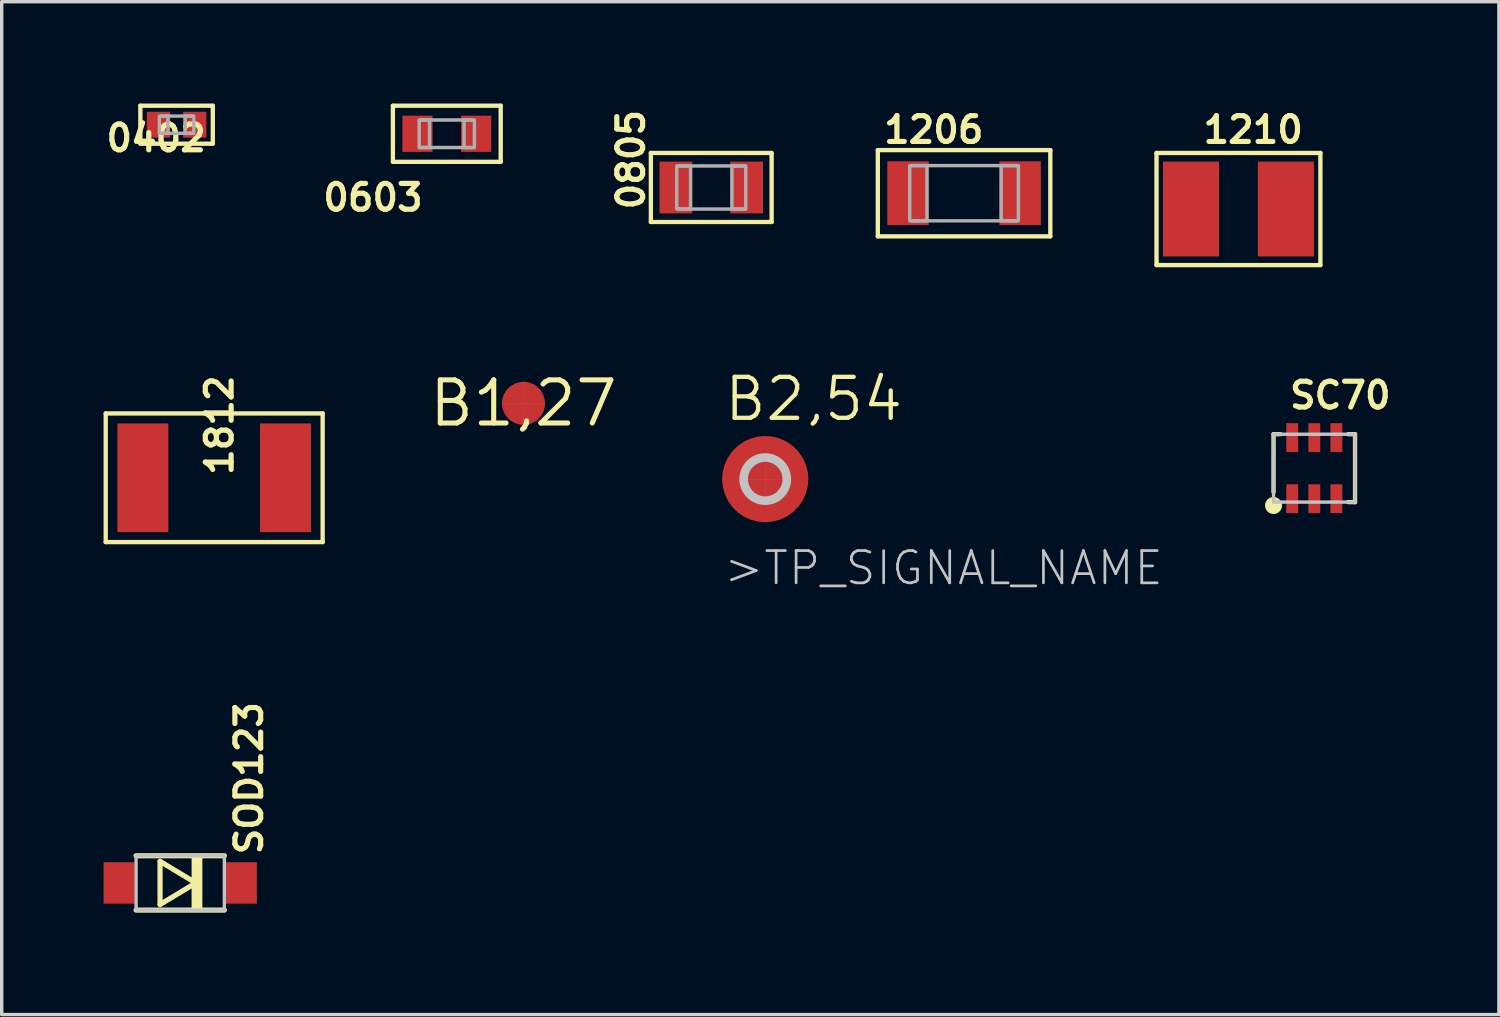
<source format=kicad_pcb>
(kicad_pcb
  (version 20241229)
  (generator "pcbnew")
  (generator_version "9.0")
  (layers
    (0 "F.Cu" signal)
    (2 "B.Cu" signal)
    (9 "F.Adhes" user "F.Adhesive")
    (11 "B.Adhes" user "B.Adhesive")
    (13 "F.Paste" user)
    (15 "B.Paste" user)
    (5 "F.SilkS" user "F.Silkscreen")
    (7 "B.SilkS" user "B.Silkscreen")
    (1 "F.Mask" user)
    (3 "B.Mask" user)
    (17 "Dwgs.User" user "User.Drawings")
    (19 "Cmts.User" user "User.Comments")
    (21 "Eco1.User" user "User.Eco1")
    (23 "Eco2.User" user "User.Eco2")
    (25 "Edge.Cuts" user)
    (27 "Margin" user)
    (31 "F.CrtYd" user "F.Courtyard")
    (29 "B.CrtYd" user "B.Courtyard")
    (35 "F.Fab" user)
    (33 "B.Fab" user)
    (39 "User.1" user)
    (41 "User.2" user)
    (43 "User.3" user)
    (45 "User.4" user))
  (footprint "0402"
    (layer "F.Cu")
    (at 2.15 0.622)
    (property "Reference" "0402" (at -2.15 0.84 0) (layer "F.SilkS") (effects (font (size 0.76 0.76) (thickness 0.152)) (justify left bottom)))
    (attr through_hole)
    (fp_line (start -1.067 -0.559) (end 1.067 -0.559) (stroke (width 0.127) (type solid)) (layer "F.SilkS"))
    (fp_line (start -1.067 0.559) (end -1.067 -0.559) (stroke (width 0.127) (type solid)) (layer "F.SilkS"))
    (fp_line (start 1.067 -0.559) (end 1.067 0.559) (stroke (width 0.127) (type solid)) (layer "F.SilkS"))
    (fp_line (start 1.067 0.559) (end -1.067 0.559) (stroke (width 0.127) (type solid)) (layer "F.SilkS"))
    (fp_line (start -0.457 -0.254) (end 0.457 -0.254) (stroke (width 0.102) (type solid)) (layer "F.Fab"))
    (fp_line (start 0.457 0.254) (end -0.457 0.254) (stroke (width 0.102) (type solid)) (layer "F.Fab"))
    (fp_poly (pts (xy -0.508 0.254) (xy -0.254 0.254) (xy -0.254 -0.254) (xy -0.508 -0.254)) (stroke (width 0.1) (type solid)) (fill no) (layer "F.Fab"))
    (fp_poly (pts (xy 0.254 0.254) (xy 0.508 0.254) (xy 0.508 -0.254) (xy 0.254 -0.254)) (stroke (width 0.1) (type solid)) (fill no) (layer "F.Fab"))
    (pad "1" smd rect (at -0.533 0) (size 0.686 0.762) (layers "F.Cu" "F.Mask" "F.Paste"))
    (pad "2" smd rect (at 0.533 0) (size 0.686 0.762) (layers "F.Cu" "F.Mask" "F.Paste")))
  (footprint "1812"
    (layer "F.Cu")
    (at 3.257 11.019)
    (property "Reference" "1812" (at 0.6 -0.00001 90) (layer "F.SilkS") (effects (font (size 0.76 0.76) (thickness 0.152)) (justify left bottom)))
    (attr through_hole)
    (fp_line (start -3.194 -1.894) (end 3.194 -1.894) (stroke (width 0.127) (type solid)) (layer "F.SilkS"))
    (fp_line (start -3.194 1.894) (end -3.194 -1.894) (stroke (width 0.127) (type solid)) (layer "F.SilkS"))
    (fp_line (start 3.194 -1.894) (end 3.194 1.894) (stroke (width 0.127) (type solid)) (layer "F.SilkS"))
    (fp_line (start 3.194 1.894) (end -3.194 1.894) (stroke (width 0.127) (type solid)) (layer "F.SilkS"))
    (pad "1" smd rect (at -2.1 0) (size 1.5 3.2) (layers "F.Cu" "F.Mask" "F.Paste"))
    (pad "2" smd rect (at 2.1 0) (size 1.5 3.2) (layers "F.Cu" "F.Mask" "F.Paste")))
  (footprint "B1,27"
    (layer "F.Cu")
    (at 12.365 8.826)
    (property "Reference" "B1,27" (at 0 0 0) (layer "F.SilkS") (effects (font (size 1.27 1.27) (thickness 0.15))))
    (attr through_hole)
    (fp_line (start -0.635 0) (end 0.635 0) (stroke (width 0.002) (type solid)) (layer "Dwgs.User"))
    (fp_line (start 0 -0.635) (end 0 0.635) (stroke (width 0.002) (type solid)) (layer "Dwgs.User"))
    (pad "TP" smd roundrect (at 0 0) (size 1.27 1.27) (layers "F.Cu" "F.Mask") (roundrect_rratio 0.5)))
  (footprint "SC70"
    (layer "F.Cu")
    (at 35.652 10.736)
    (property "Reference" "SC70" (at -0.8 -1.7 180) (layer "F.SilkS") (effects (font (size 0.76 0.76) (thickness 0.152)) (justify left bottom)))
    (attr through_hole)
    (fp_line (start -1.2 -1) (end -1.2 0.7) (stroke (width 0.127) (type solid)) (layer "F.SilkS"))
    (fp_line (start -1 -1) (end -1.2 -1) (stroke (width 0.127) (type solid)) (layer "F.SilkS"))
    (fp_line (start 1 -1) (end 1.2 -1) (stroke (width 0.127) (type solid)) (layer "F.SilkS"))
    (fp_line (start 1.2 -1) (end 1.2 1) (stroke (width 0.127) (type solid)) (layer "F.SilkS"))
    (fp_line (start 1.2 1) (end 1 1) (stroke (width 0.127) (type solid)) (layer "F.SilkS"))
    (fp_circle (center -1.2 1.1) (end -1.075 1.1) (stroke (width 0.25) (type solid)) (fill no) (layer "F.SilkS"))
    (fp_poly (pts (xy -1.2 1) (xy 1.2 1) (xy 1.2 -1) (xy -1.2 -1)) (stroke (width 0.1) (type solid)) (fill no) (layer "Dwgs.User"))
    (pad "1" smd rect (at -0.65 0.9 90) (size 0.85 0.35) (layers "F.Cu" "F.Mask" "F.Paste"))
    (pad "2" smd rect (at 0 0.9 90) (size 0.85 0.35) (layers "F.Cu" "F.Mask" "F.Paste"))
    (pad "3" smd rect (at 0.65 0.9 90) (size 0.85 0.35) (layers "F.Cu" "F.Mask" "F.Paste"))
    (pad "4" smd rect (at 0.65 -0.9 90) (size 0.85 0.35) (layers "F.Cu" "F.Mask" "F.Paste"))
    (pad "5" smd rect (at 0 -0.9 90) (size 0.85 0.35) (layers "F.Cu" "F.Mask" "F.Paste"))
    (pad "6" smd rect (at -0.65 -0.9 90) (size 0.85 0.35) (layers "F.Cu" "F.Mask" "F.Paste")))
  (footprint "SOD123"
    (layer "F.Cu")
    (at 2.257 22.95)
    (property "Reference" "SOD123" (at 2.47 -0.759 90) (layer "F.SilkS") (effects (font (size 0.76 0.76) (thickness 0.152)) (justify left bottom)))
    (attr through_hole)
    (fp_line (start -1.3 -0.8) (end 1.3 -0.8) (stroke (width 0.152) (type solid)) (layer "F.SilkS"))
    (fp_line (start -1.3 0.8) (end 1.3 0.8) (stroke (width 0.152) (type solid)) (layer "F.SilkS"))
    (fp_line (start -0.594 -0.635) (end -0.594 0.635) (stroke (width 0.152) (type solid)) (layer "F.SilkS"))
    (fp_line (start -0.594 0.635) (end 0.459 0) (stroke (width 0.152) (type solid)) (layer "F.SilkS"))
    (fp_line (start 0.459 0) (end -0.594 -0.635) (stroke (width 0.152) (type solid)) (layer "F.SilkS"))
    (fp_poly (pts (xy 0.335 0.8) (xy 0.652 0.8) (xy 0.652 -0.8) (xy 0.335 -0.8)) (stroke (width 0) (type solid)) (fill yes) (layer "F.SilkS"))
    (fp_poly (pts (xy -1.3 0.8) (xy 1.3 0.8) (xy 1.3 -0.8) (xy -1.3 -0.8)) (stroke (width 0.1) (type solid)) (fill no) (layer "Dwgs.User"))
    (pad "A" smd rect (at -1.8 0) (size 0.914 1.219) (layers "F.Cu" "F.Mask" "F.Paste"))
    (pad "C" smd rect (at 1.8 0) (size 0.914 1.219) (layers "F.Cu" "F.Mask" "F.Paste")))
  (footprint "1206"
    (layer "F.Cu")
    (at 25.339 2.64)
    (property "Reference" "1206" (at -2.44 -1.424 180) (layer "F.SilkS") (effects (font (size 0.76 0.76) (thickness 0.152)) (justify left bottom)))
    (attr through_hole)
    (fp_line (start -2.54 -1.27) (end 2.54 -1.27) (stroke (width 0.127) (type solid)) (layer "F.SilkS"))
    (fp_line (start -2.54 1.27) (end -2.54 -1.27) (stroke (width 0.127) (type solid)) (layer "F.SilkS"))
    (fp_line (start 2.54 -1.27) (end 2.54 1.27) (stroke (width 0.127) (type solid)) (layer "F.SilkS"))
    (fp_line (start 2.54 1.27) (end -2.54 1.27) (stroke (width 0.127) (type solid)) (layer "F.SilkS"))
    (fp_line (start -1.549 -0.813) (end 1.549 -0.813) (stroke (width 0.102) (type solid)) (layer "F.Fab"))
    (fp_line (start 1.549 0.813) (end -1.549 0.813) (stroke (width 0.102) (type solid)) (layer "F.Fab"))
    (fp_poly (pts (xy -1.6 0.813) (xy -1.092 0.813) (xy -1.092 -0.813) (xy -1.6 -0.813)) (stroke (width 0.1) (type solid)) (fill no) (layer "F.Fab"))
    (fp_poly (pts (xy 1.092 0.813) (xy 1.6 0.813) (xy 1.6 -0.813) (xy 1.092 -0.813)) (stroke (width 0.1) (type solid)) (fill no) (layer "F.Fab"))
    (pad "1" smd rect (at -1.651 0) (size 1.219 1.88) (layers "F.Cu" "F.Mask" "F.Paste"))
    (pad "2" smd rect (at 1.651 0) (size 1.219 1.88) (layers "F.Cu" "F.Mask" "F.Paste")))
  (footprint "B2,54"
    (layer "F.Cu")
    (at 19.484 11.058)
    (property "Reference" "B2,54" (at -1.27 -1.651 0) (layer "F.SilkS") (effects (font (size 1.206 1.206) (thickness 0.127)) (justify left bottom)))
    (attr through_hole)
    (fp_line (start -0.635 0) (end 0.635 0) (stroke (width 0.002) (type solid)) (layer "Dwgs.User"))
    (fp_line (start 0 0.635) (end 0 -0.635) (stroke (width 0.002) (type solid)) (layer "Dwgs.User"))
    (fp_circle (center 0 0) (end 0.635 0) (stroke (width 0.254) (type solid)) (fill no) (layer "Dwgs.User"))
    (fp_text user ">TP_SIGNAL_NAME" (at -1.27 3.175 0) (layer "Dwgs.User") (effects (font (size 0.95 0.95) (thickness 0.08)) (justify left bottom)))
    (pad "TP" smd roundrect (at 0 0) (size 2.54 2.54) (layers "F.Cu" "F.Mask") (roundrect_rratio 0.5)))
  (footprint "0603"
    (layer "F.Cu")
    (at 10.107 0.889)
    (property "Reference" "0603" (at -0.627 1.433 0) (layer "F.SilkS") (effects (font (size 0.76 0.76) (thickness 0.152)) (justify right top)))
    (attr through_hole)
    (fp_line (start -1.587 -0.826) (end 1.587 -0.826) (stroke (width 0.127) (type solid)) (layer "F.SilkS"))
    (fp_line (start -1.587 0.826) (end -1.587 -0.826) (stroke (width 0.127) (type solid)) (layer "F.SilkS"))
    (fp_line (start 1.587 -0.826) (end 1.587 0.826) (stroke (width 0.127) (type solid)) (layer "F.SilkS"))
    (fp_line (start 1.587 0.826) (end -1.587 0.826) (stroke (width 0.127) (type solid)) (layer "F.SilkS"))
    (fp_line (start -0.762 -0.406) (end 0.762 -0.406) (stroke (width 0.102) (type solid)) (layer "F.Fab"))
    (fp_line (start 0.762 0.406) (end -0.762 0.406) (stroke (width 0.102) (type solid)) (layer "F.Fab"))
    (fp_poly (pts (xy -0.813 0.406) (xy -0.508 0.406) (xy -0.508 -0.406) (xy -0.813 -0.406)) (stroke (width 0.1) (type solid)) (fill no) (layer "F.Fab"))
    (fp_poly (pts (xy 0.508 0.406) (xy 0.813 0.406) (xy 0.813 -0.406) (xy 0.508 -0.406)) (stroke (width 0.1) (type solid)) (fill no) (layer "F.Fab"))
    (pad "1" smd rect (at -0.864 0) (size 0.889 1.067) (layers "F.Cu" "F.Mask" "F.Paste"))
    (pad "2" smd rect (at 0.864 0) (size 0.889 1.067) (layers "F.Cu" "F.Mask" "F.Paste")))
  (footprint "0805"
    (layer "F.Cu")
    (at 17.894 2.471)
    (property "Reference" "0805" (at -1.92 0.728 90) (layer "F.SilkS") (effects (font (size 0.76 0.76) (thickness 0.152)) (justify left bottom)))
    (attr through_hole)
    (fp_line (start -1.778 -1.016) (end 1.778 -1.016) (stroke (width 0.127) (type solid)) (layer "F.SilkS"))
    (fp_line (start -1.778 1.016) (end -1.778 -1.016) (stroke (width 0.127) (type solid)) (layer "F.SilkS"))
    (fp_line (start 1.778 -1.016) (end 1.778 1.016) (stroke (width 0.127) (type solid)) (layer "F.SilkS"))
    (fp_line (start 1.778 1.016) (end -1.778 1.016) (stroke (width 0.127) (type solid)) (layer "F.SilkS"))
    (fp_line (start -0.965 -0.635) (end 0.965 -0.635) (stroke (width 0.102) (type solid)) (layer "F.Fab"))
    (fp_line (start 0.965 0.635) (end -0.965 0.635) (stroke (width 0.102) (type solid)) (layer "F.Fab"))
    (fp_poly (pts (xy -1.016 0.635) (xy -0.61 0.635) (xy -0.61 -0.635) (xy -1.016 -0.635)) (stroke (width 0.1) (type solid)) (fill no) (layer "F.Fab"))
    (fp_poly (pts (xy 0.61 0.635) (xy 1.016 0.635) (xy 1.016 -0.635) (xy 0.61 -0.635)) (stroke (width 0.1) (type solid)) (fill no) (layer "F.Fab"))
    (pad "1" smd rect (at -1.041 0) (size 0.965 1.524) (layers "F.Cu" "F.Mask" "F.Paste"))
    (pad "2" smd rect (at 1.041 0) (size 0.965 1.524) (layers "F.Cu" "F.Mask" "F.Paste")))
  (footprint "1210"
    (layer "F.Cu")
    (at 33.419 3.105)
    (property "Reference" "1210" (at -1.113 -1.889 0) (layer "F.SilkS") (effects (font (size 0.76 0.76) (thickness 0.152)) (justify left bottom)))
    (attr through_hole)
    (fp_line (start -2.413 -1.651) (end 2.413 -1.651) (stroke (width 0.127) (type solid)) (layer "F.SilkS"))
    (fp_line (start -2.413 1.651) (end -2.413 -1.651) (stroke (width 0.127) (type solid)) (layer "F.SilkS"))
    (fp_line (start 2.413 -1.651) (end 2.413 1.651) (stroke (width 0.127) (type solid)) (layer "F.SilkS"))
    (fp_line (start 2.413 1.651) (end -2.413 1.651) (stroke (width 0.127) (type solid)) (layer "F.SilkS"))
    (pad "1" smd rect (at -1.397 0) (size 1.651 2.794) (layers "F.Cu" "F.Mask" "F.Paste"))
    (pad "2" smd rect (at 1.397 0) (size 1.651 2.794) (layers "F.Cu" "F.Mask" "F.Paste")))
  (gr_rect
    (start -3 -3)
    (end 41.088 26.826)
    (stroke (width 0.1) (type default))
    (fill no)
    (layer "Edge.Cuts")))
</source>
